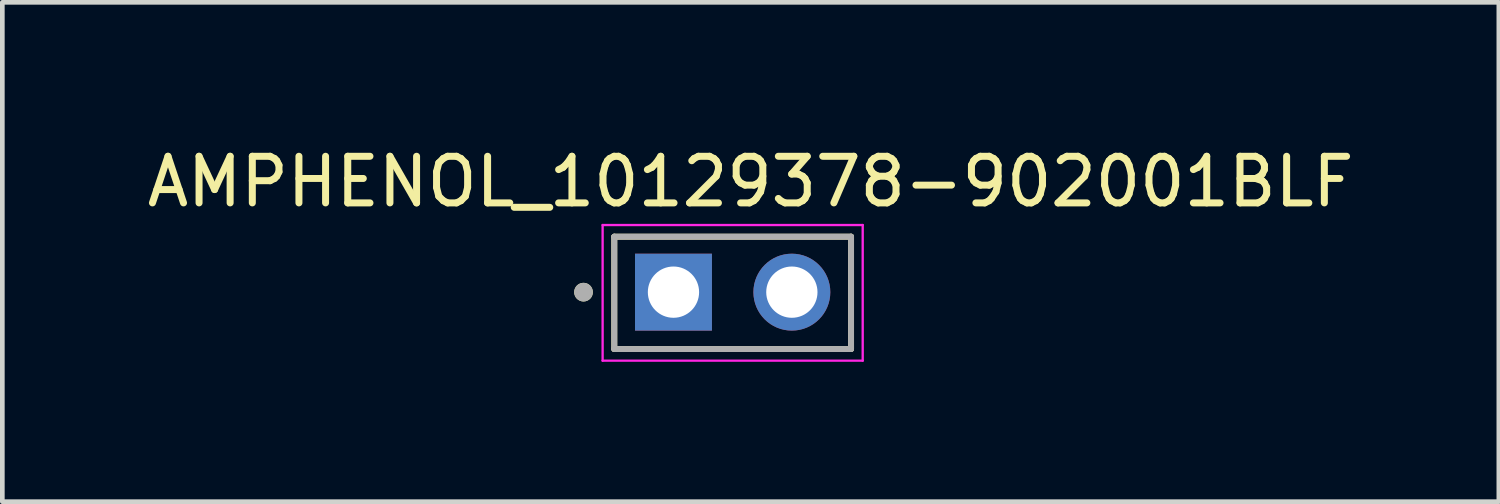
<source format=kicad_pcb>
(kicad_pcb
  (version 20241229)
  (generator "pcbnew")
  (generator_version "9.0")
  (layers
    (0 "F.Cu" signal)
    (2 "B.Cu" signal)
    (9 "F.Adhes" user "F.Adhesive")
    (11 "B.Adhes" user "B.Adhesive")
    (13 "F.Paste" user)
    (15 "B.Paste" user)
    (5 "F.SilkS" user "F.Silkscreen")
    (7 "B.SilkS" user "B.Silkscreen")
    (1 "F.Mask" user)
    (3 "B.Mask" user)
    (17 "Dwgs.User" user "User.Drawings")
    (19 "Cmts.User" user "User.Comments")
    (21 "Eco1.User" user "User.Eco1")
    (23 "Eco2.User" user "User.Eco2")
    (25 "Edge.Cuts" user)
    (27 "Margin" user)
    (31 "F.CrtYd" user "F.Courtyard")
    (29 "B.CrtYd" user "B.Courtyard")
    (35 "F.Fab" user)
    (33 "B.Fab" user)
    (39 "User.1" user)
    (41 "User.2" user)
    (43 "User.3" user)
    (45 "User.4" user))
  (footprint "AMPHENOL_10129378-902001BLF"
    (layer "F.Cu")
    (at 12.669 3.233)
    (property "Reference" "AMPHENOL_10129378-902001BLF" (at 0.385 -2.385 0) (layer "F.SilkS") (effects (font (size 1 1) (thickness 0.15))))
    (attr through_hole)
    (fp_line (start -2.54 -1.205) (end 2.54 -1.205) (stroke (width 0.127) (type solid)) (layer "F.SilkS"))
    (fp_line (start -2.54 1.205) (end -2.54 -1.205) (stroke (width 0.127) (type solid)) (layer "F.SilkS"))
    (fp_line (start 2.54 -1.205) (end 2.54 1.205) (stroke (width 0.127) (type solid)) (layer "F.SilkS"))
    (fp_line (start 2.54 1.205) (end -2.54 1.205) (stroke (width 0.127) (type solid)) (layer "F.SilkS"))
    (fp_circle (center -3.2 -0.015) (end -3.1 -0.015) (stroke (width 0.2) (type solid)) (fill no) (layer "F.SilkS"))
    (fp_line (start -2.79 -1.455) (end 2.79 -1.455) (stroke (width 0.05) (type solid)) (layer "F.CrtYd"))
    (fp_line (start -2.79 1.455) (end -2.79 -1.455) (stroke (width 0.05) (type solid)) (layer "F.CrtYd"))
    (fp_line (start 2.79 -1.455) (end 2.79 1.455) (stroke (width 0.05) (type solid)) (layer "F.CrtYd"))
    (fp_line (start 2.79 1.455) (end -2.79 1.455) (stroke (width 0.05) (type solid)) (layer "F.CrtYd"))
    (fp_line (start -2.54 -1.205) (end 2.54 -1.205) (stroke (width 0.127) (type solid)) (layer "F.Fab"))
    (fp_line (start -2.54 1.205) (end -2.54 -1.205) (stroke (width 0.127) (type solid)) (layer "F.Fab"))
    (fp_line (start 2.54 -1.205) (end 2.54 1.205) (stroke (width 0.127) (type solid)) (layer "F.Fab"))
    (fp_line (start 2.54 1.205) (end -2.54 1.205) (stroke (width 0.127) (type solid)) (layer "F.Fab"))
    (fp_circle (center -3.2 -0.015) (end -3.1 -0.015) (stroke (width 0.2) (type solid)) (fill no) (layer "F.Fab"))
    (pad "1" thru_hole rect (at -1.27 -0.015) (size 1.65 1.65) (drill 1.1) (layers "*.Cu" "*.Mask"))
    (pad "2" thru_hole circle (at 1.27 -0.015) (size 1.65 1.65) (drill 1.1) (layers "*.Cu" "*.Mask")))
  (gr_rect
    (start -3 -3)
    (end 29.107 7.713)
    (stroke (width 0.1) (type default))
    (fill no)
    (layer "Edge.Cuts")))
</source>
